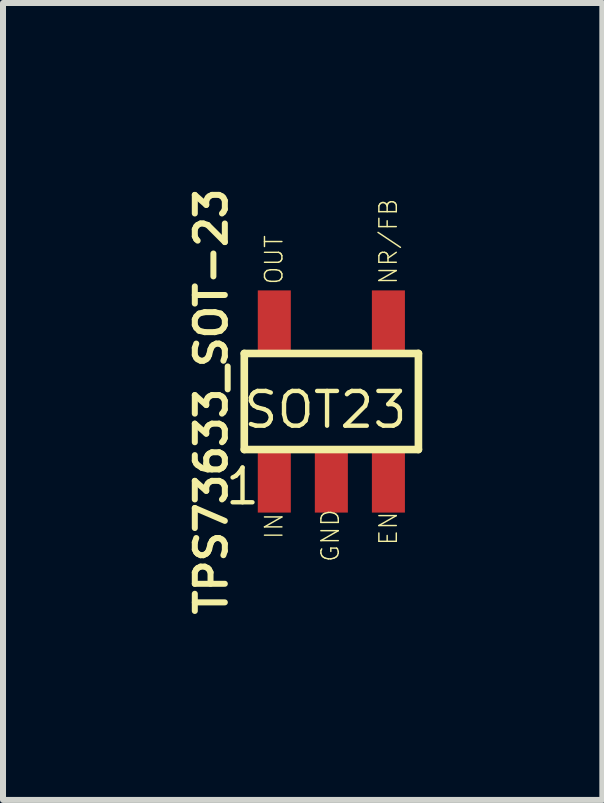
<source format=kicad_pcb>
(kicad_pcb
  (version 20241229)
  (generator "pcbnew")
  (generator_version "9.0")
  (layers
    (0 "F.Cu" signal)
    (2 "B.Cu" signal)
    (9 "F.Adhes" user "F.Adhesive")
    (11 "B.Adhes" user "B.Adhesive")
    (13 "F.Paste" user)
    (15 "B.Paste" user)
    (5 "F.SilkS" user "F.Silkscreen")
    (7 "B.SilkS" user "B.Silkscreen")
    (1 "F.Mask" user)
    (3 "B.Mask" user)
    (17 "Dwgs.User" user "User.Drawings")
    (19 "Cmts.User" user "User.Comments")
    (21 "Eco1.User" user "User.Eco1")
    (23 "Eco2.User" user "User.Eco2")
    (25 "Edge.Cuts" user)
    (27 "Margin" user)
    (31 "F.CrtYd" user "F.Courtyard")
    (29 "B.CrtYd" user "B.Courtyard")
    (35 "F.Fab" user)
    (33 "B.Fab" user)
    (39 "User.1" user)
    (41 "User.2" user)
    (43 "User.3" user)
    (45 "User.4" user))
  (footprint "TPS73633_SOT-23"
    (layer "F.Cu")
    (at 2.468 3.636)
    (property "Reference" "TPS73633_SOT-23" (at -2 0 90) (layer "F.SilkS") (effects (font (size 0.5 0.5) (thickness 0.1))))
    (attr through_hole)
    (fp_line (start -1.45 -0.8) (end -1.45 0.8) (stroke (width 0.127) (type solid)) (layer "F.SilkS"))
    (fp_line (start -1.45 0.8) (end 1.45 0.8) (stroke (width 0.127) (type solid)) (layer "F.SilkS"))
    (fp_line (start 1.45 -0.8) (end -1.45 -0.8) (stroke (width 0.127) (type solid)) (layer "F.SilkS"))
    (fp_line (start 1.45 0.8) (end 1.45 -0.8) (stroke (width 0.127) (type solid)) (layer "F.SilkS"))
    (fp_text user "EN" (at 1.118 2.413 90) (layer "F.SilkS") (effects (font (size 0.29 0.29) (thickness 0.024)) (justify left bottom)))
    (fp_text user "IN" (at -0.787 2.311 90) (layer "F.SilkS") (effects (font (size 0.29 0.29) (thickness 0.024)) (justify left bottom)))
    (fp_text user "GND" (at 0.152 2.692 90) (layer "F.SilkS") (effects (font (size 0.29 0.29) (thickness 0.024)) (justify left bottom)))
    (fp_text user "1" (at -1.803 1.753 0) (layer "F.SilkS") (effects (font (size 0.579 0.579) (thickness 0.073)) (justify left bottom)))
    (fp_text user "OUT" (at -0.787 -1.93 90) (layer "F.SilkS") (effects (font (size 0.29 0.29) (thickness 0.024)) (justify left bottom)))
    (fp_text user "SOT23" (at 1.3 -0.2 0) (layer "F.SilkS") (effects (font (size 0.579 0.579) (thickness 0.073)) (justify right top)))
    (fp_text user "NR/FB" (at 1.118 -1.93 90) (layer "F.SilkS") (effects (font (size 0.29 0.29) (thickness 0.024)) (justify left bottom)))
    (pad "1" smd rect (at -0.95 1.35 90) (size 1 0.55) (layers "F.Cu" "F.Mask" "F.Paste"))
    (pad "2" smd rect (at -0.000063 1.35 90) (size 1 0.55) (layers "F.Cu" "F.Mask" "F.Paste"))
    (pad "3" smd rect (at 0.95 1.35 90) (size 1 0.55) (layers "F.Cu" "F.Mask" "F.Paste"))
    (pad "4" smd rect (at 0.95 -1.35 90) (size 1 0.55) (layers "F.Cu" "F.Mask" "F.Paste"))
    (pad "5" smd rect (at -0.95 -1.35 90) (size 1 0.55) (layers "F.Cu" "F.Mask" "F.Paste")))
  (gr_rect
    (start -3 -3)
    (end 6.981 10.271)
    (stroke (width 0.1) (type default))
    (fill no)
    (layer "Edge.Cuts")))
</source>
